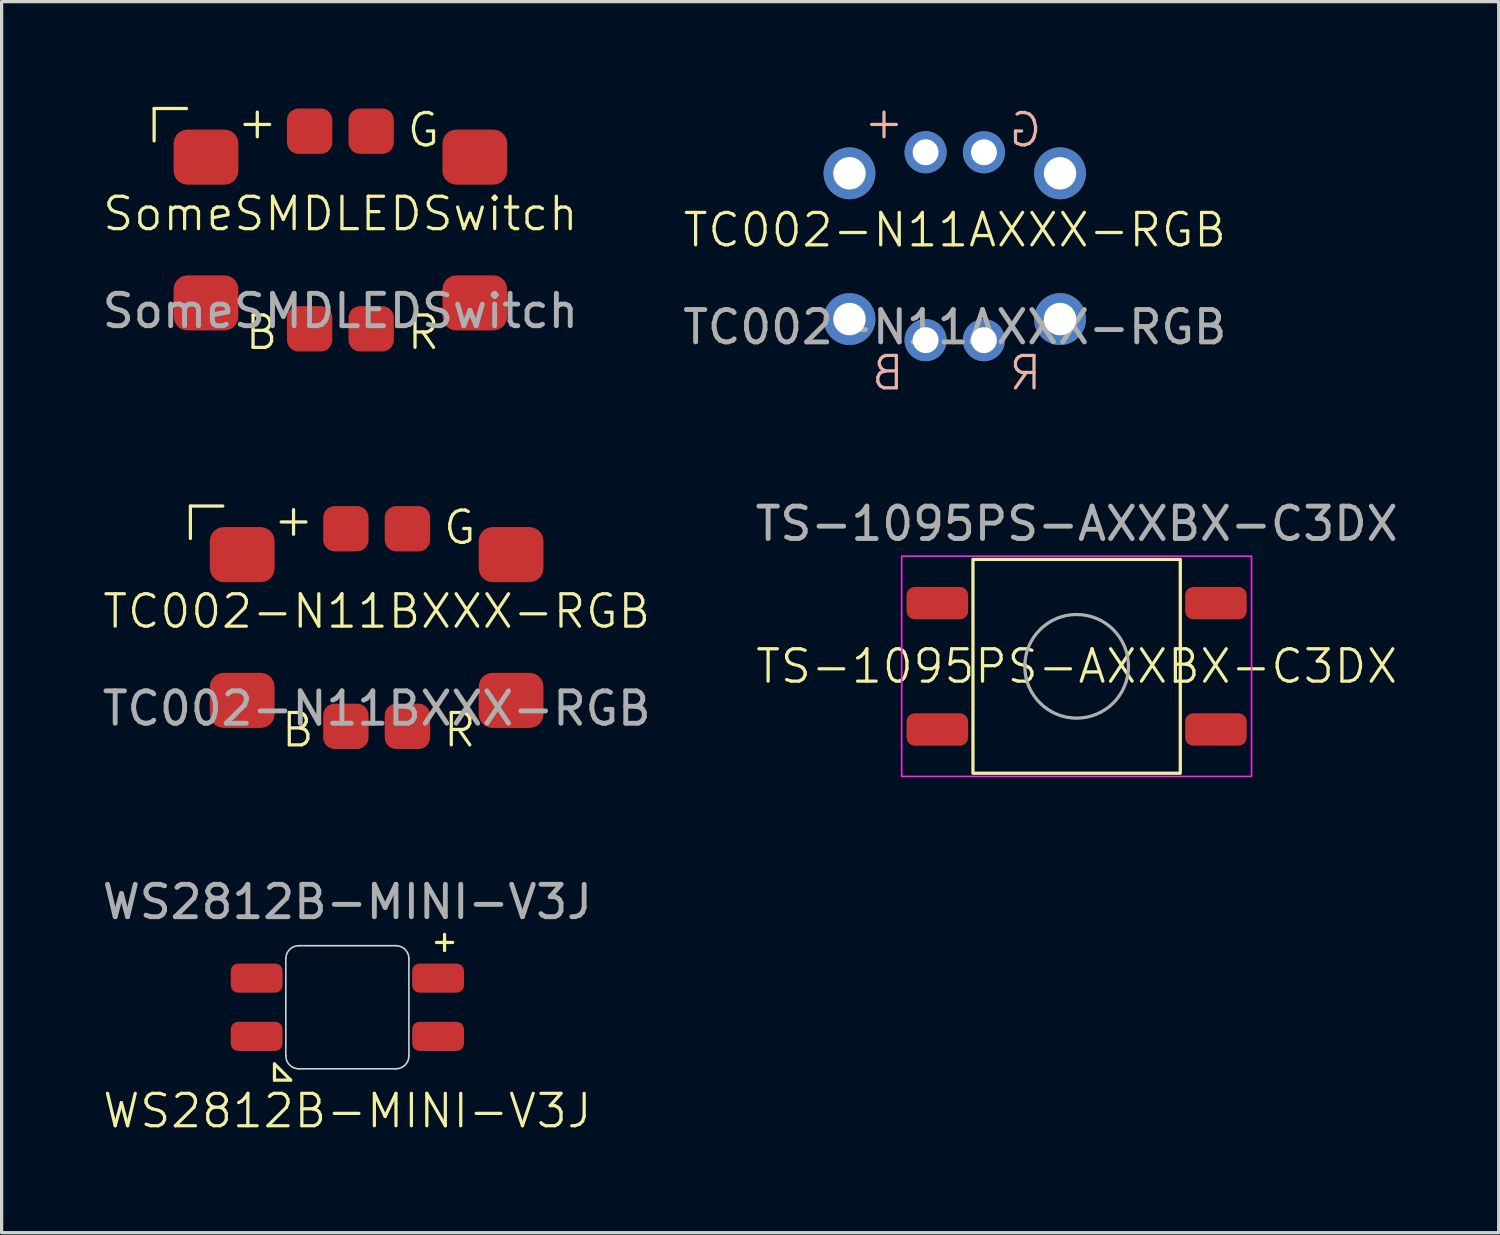
<source format=kicad_pcb>
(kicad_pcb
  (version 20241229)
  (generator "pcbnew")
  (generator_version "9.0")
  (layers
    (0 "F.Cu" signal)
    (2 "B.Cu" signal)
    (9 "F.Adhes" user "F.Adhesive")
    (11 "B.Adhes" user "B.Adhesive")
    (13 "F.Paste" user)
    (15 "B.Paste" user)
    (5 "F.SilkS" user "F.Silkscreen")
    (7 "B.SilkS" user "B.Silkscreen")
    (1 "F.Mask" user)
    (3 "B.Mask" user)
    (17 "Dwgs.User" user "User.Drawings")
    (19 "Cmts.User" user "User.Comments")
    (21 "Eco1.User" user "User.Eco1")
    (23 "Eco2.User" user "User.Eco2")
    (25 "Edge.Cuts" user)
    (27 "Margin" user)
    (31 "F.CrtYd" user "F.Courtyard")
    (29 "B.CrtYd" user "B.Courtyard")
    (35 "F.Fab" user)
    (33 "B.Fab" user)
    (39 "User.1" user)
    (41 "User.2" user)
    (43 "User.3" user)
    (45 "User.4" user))
  (footprint "SomeSMDLEDSwitch"
    (layer "F.Cu")
    (at 7.458 4.05)
    (property "Reference" "SomeSMDLEDSwitch" (at 0 -0.5 0) (unlocked yes) (layer "F.SilkS") (effects (font (size 1 1) (thickness 0.1))))
    (attr smd)
    (fp_line (start -5.75 -3.75) (end -5.75 -2.75) (stroke (width 0.1) (type default)) (layer "F.SilkS"))
    (fp_line (start -4.75 -3.75) (end -5.75 -3.75) (stroke (width 0.1) (type default)) (layer "F.SilkS"))
    (fp_text user "G" (at 2 -2.5 0) (unlocked yes) (layer "F.SilkS") (effects (font (size 1 1) (thickness 0.1)) (justify left bottom)))
    (fp_text user "B" (at -3 3.75 0) (unlocked yes) (layer "F.SilkS") (effects (font (size 1 1) (thickness 0.1)) (justify left bottom)))
    (fp_text user "+" (at -3.25 -2.75 0) (unlocked yes) (layer "F.SilkS") (effects (font (size 1 1) (thickness 0.1)) (justify left bottom)))
    (fp_text user "R" (at 2 3.75 0) (unlocked yes) (layer "F.SilkS") (effects (font (size 1 1) (thickness 0.1)) (justify left bottom)))
    (fp_text user "${REFERENCE}" (at 0 2.5 0) (unlocked yes) (layer "F.Fab") (effects (font (size 1 1) (thickness 0.15))))
    (pad "1" smd roundrect (at -4.15 -2.25) (size 2 1.7) (layers "F.Cu" "F.Mask" "F.Paste") (roundrect_rratio 0.25))
    (pad "1" smd roundrect (at 4.15 -2.25) (size 2 1.7) (layers "F.Cu" "F.Mask" "F.Paste") (roundrect_rratio 0.25))
    (pad "3" smd roundrect (at -4.15 2.25) (size 2 1.7) (layers "F.Cu" "F.Mask" "F.Paste") (roundrect_rratio 0.25))
    (pad "3" smd roundrect (at 4.15 2.25) (size 2 1.7) (layers "F.Cu" "F.Mask" "F.Paste") (roundrect_rratio 0.25))
    (pad "5" smd roundrect (at -0.95 -3.05) (size 1.4 1.4) (layers "F.Cu" "F.Mask" "F.Paste") (roundrect_rratio 0.25))
    (pad "6" smd roundrect (at 0.95 -3.05) (size 1.4 1.4) (layers "F.Cu" "F.Mask" "F.Paste") (roundrect_rratio 0.25))
    (pad "7" smd roundrect (at 0.95 3.05) (size 1.4 1.4) (layers "F.Cu" "F.Mask" "F.Paste") (roundrect_rratio 0.25))
    (pad "8" smd roundrect (at -0.95 3.05) (size 1.4 1.4) (layers "F.Cu" "F.Mask" "F.Paste") (roundrect_rratio 0.25)))
  (footprint "TC002-N11BXXX-RGB"
    (layer "F.Cu")
    (at 8.577 16.321)
    (property "Reference" "TC002-N11BXXX-RGB" (at 0 -0.5 0) (unlocked yes) (layer "F.SilkS") (effects (font (size 1 1) (thickness 0.1))))
    (attr smd)
    (fp_line (start -5.75 -3.75) (end -5.75 -2.75) (stroke (width 0.1) (type default)) (layer "F.SilkS"))
    (fp_line (start -4.75 -3.75) (end -5.75 -3.75) (stroke (width 0.1) (type default)) (layer "F.SilkS"))
    (fp_text user "B" (at -3 3.75 0) (unlocked yes) (layer "F.SilkS") (effects (font (size 1 1) (thickness 0.1)) (justify left bottom)))
    (fp_text user "+" (at -3.25 -2.75 0) (unlocked yes) (layer "F.SilkS") (effects (font (size 1 1) (thickness 0.1)) (justify left bottom)))
    (fp_text user "R" (at 2 3.75 0) (unlocked yes) (layer "F.SilkS") (effects (font (size 1 1) (thickness 0.1)) (justify left bottom)))
    (fp_text user "G" (at 2 -2.5 0) (unlocked yes) (layer "F.SilkS") (effects (font (size 1 1) (thickness 0.1)) (justify left bottom)))
    (fp_text user "${REFERENCE}" (at 0 2.5 0) (unlocked yes) (layer "F.Fab") (effects (font (size 1 1) (thickness 0.15))))
    (pad "1" smd roundrect (at -4.15 -2.25) (size 2 1.7) (layers "F.Cu" "F.Mask" "F.Paste") (roundrect_rratio 0.25))
    (pad "1" smd roundrect (at 4.15 -2.25) (size 2 1.7) (layers "F.Cu" "F.Mask" "F.Paste") (roundrect_rratio 0.25))
    (pad "3" smd roundrect (at -4.15 2.25) (size 2 1.7) (layers "F.Cu" "F.Mask" "F.Paste") (roundrect_rratio 0.25))
    (pad "3" smd roundrect (at 4.15 2.25) (size 2 1.7) (layers "F.Cu" "F.Mask" "F.Paste") (roundrect_rratio 0.25))
    (pad "5" smd roundrect (at -0.95 -3.05) (size 1.4 1.4) (layers "F.Cu" "F.Mask" "F.Paste") (roundrect_rratio 0.25))
    (pad "6" smd roundrect (at 0.95 -3.05) (size 1.4 1.4) (layers "F.Cu" "F.Mask" "F.Paste") (roundrect_rratio 0.25))
    (pad "7" smd roundrect (at 0.95 3.05) (size 1.4 1.4) (layers "F.Cu" "F.Mask" "F.Paste") (roundrect_rratio 0.25))
    (pad "8" smd roundrect (at -0.95 3.05) (size 1.4 1.4) (layers "F.Cu" "F.Mask" "F.Paste") (roundrect_rratio 0.25)))
  (footprint "WS2812B-MINI-V3J"
    (layer "F.Cu")
    (at 7.673 28.043)
    (property "Reference" "WS2812B-MINI-V3J" (at 0 3.2 0) (unlocked yes) (layer "F.SilkS") (effects (font (size 1 1) (thickness 0.1))))
    (attr smd)
    (fp_line (start -2.25 1.75) (end -2.25 2.25) (stroke (width 0.1) (type default)) (layer "F.SilkS"))
    (fp_line (start -2.25 2.25) (end -1.75 2.25) (stroke (width 0.1) (type default)) (layer "F.SilkS"))
    (fp_line (start -1.75 2.25) (end -2.25 1.75) (stroke (width 0.1) (type default)) (layer "F.SilkS"))
    (fp_line (start 2.75 -2) (end 3.25 -2) (stroke (width 0.1) (type default)) (layer "F.SilkS"))
    (fp_line (start 3 -2.25) (end 3 -1.75) (stroke (width 0.1) (type default)) (layer "F.SilkS"))
    (fp_line (start -1.9 1.5) (end -1.9 -1.5) (stroke (width 0.05) (type default)) (layer "Edge.Cuts"))
    (fp_line (start -1.5 -1.9) (end 1.5 -1.9) (stroke (width 0.05) (type default)) (layer "Edge.Cuts"))
    (fp_line (start -1.5 1.9) (end 1.5 1.9) (stroke (width 0.05) (type default)) (layer "Edge.Cuts"))
    (fp_line (start 1.9 1.5) (end 1.9 -1.5) (stroke (width 0.05) (type default)) (layer "Edge.Cuts"))
    (fp_arc (start -1.9 -1.5) (mid -1.782843 -1.782843) (end -1.5 -1.9) (stroke (width 0.05) (type default)) (layer "Edge.Cuts"))
    (fp_arc (start -1.5 1.9) (mid -1.782843 1.782843) (end -1.9 1.5) (stroke (width 0.05) (type default)) (layer "Edge.Cuts"))
    (fp_arc (start 1.5 -1.9) (mid 1.782843 -1.782843) (end 1.9 -1.5) (stroke (width 0.05) (type default)) (layer "Edge.Cuts"))
    (fp_arc (start 1.9 1.5) (mid 1.782843 1.782843) (end 1.5 1.9) (stroke (width 0.05) (type default)) (layer "Edge.Cuts"))
    (fp_text user "${REFERENCE}" (at 0 -3.25 0) (unlocked yes) (layer "F.Fab") (effects (font (size 1 1) (thickness 0.15))))
    (pad "1" smd roundrect (at 2.8 -0.9) (size 1.6 0.9) (layers "F.Cu" "F.Mask" "F.Paste") (roundrect_rratio 0.25))
    (pad "2" smd roundrect (at 2.8 0.9) (size 1.6 0.9) (layers "F.Cu" "F.Mask" "F.Paste") (roundrect_rratio 0.25))
    (pad "3" smd roundrect (at -2.8 0.9) (size 1.6 0.9) (layers "F.Cu" "F.Mask" "F.Paste") (roundrect_rratio 0.25))
    (pad "4" smd roundrect (at -2.8 -0.9) (size 1.6 0.9) (layers "F.Cu" "F.Mask" "F.Paste") (roundrect_rratio 0.25)))
  (footprint "TC002-N11AXXX-RGB"
    (layer "F.Cu")
    (at 26.423 4.55)
    (property "Reference" "TC002-N11AXXX-RGB" (at 0 -0.5 0) (unlocked yes) (layer "F.SilkS") (effects (font (size 1 1) (thickness 0.1))))
    (attr through_hole)
    (fp_text user "R" (at 2.75 4.5 0) (unlocked yes) (layer "B.SilkS") (effects (font (size 1 1) (thickness 0.1)) (justify left bottom mirror)))
    (fp_text user "G" (at 2.75 -3 0) (unlocked yes) (layer "B.SilkS") (effects (font (size 1 1) (thickness 0.1)) (justify left bottom mirror)))
    (fp_text user "+" (at -1.5 -3.25 0) (unlocked yes) (layer "B.SilkS") (effects (font (size 1 1) (thickness 0.1)) (justify left bottom mirror)))
    (fp_text user "B" (at -1.5 4.5 0) (unlocked yes) (layer "B.SilkS") (effects (font (size 1 1) (thickness 0.1)) (justify left bottom mirror)))
    (fp_text user "${REFERENCE}" (at 0 2.5 0) (unlocked yes) (layer "F.Fab") (effects (font (size 1 1) (thickness 0.15))))
    (pad "1" thru_hole circle (at -3.25 -2.25 90) (size 1.6 1.6) (drill 1) (layers "*.Cu" "*.Mask"))
    (pad "2" thru_hole circle (at 3.25 -2.25) (size 1.6 1.6) (drill 1) (layers "*.Cu" "*.Mask"))
    (pad "3" thru_hole circle (at -3.25 2.25) (size 1.6 1.6) (drill 1) (layers "*.Cu" "*.Mask"))
    (pad "4" thru_hole circle (at 3.25 2.25) (size 1.6 1.6) (drill 1) (layers "*.Cu" "*.Mask"))
    (pad "5" thru_hole circle (at -0.9 -2.9) (size 1.3 1.3) (drill 0.8) (layers "*.Cu" "*.Mask"))
    (pad "6" thru_hole circle (at 0.9 -2.9) (size 1.3 1.3) (drill 0.8) (layers "*.Cu" "*.Mask"))
    (pad "7" thru_hole circle (at 0.9 2.9) (size 1.3 1.3) (drill 0.8) (layers "*.Cu" "*.Mask"))
    (pad "8" thru_hole circle (at -0.9 2.9) (size 1.3 1.3) (drill 0.8) (layers "*.Cu" "*.Mask")))
  (footprint "TS-1095PS-AXXBX-C3DX"
    (layer "F.Cu")
    (at 30.185 17.519)
    (property "Reference" "TS-1095PS-AXXBX-C3DX" (at 0 0 0) (unlocked yes) (layer "F.SilkS") (effects (font (size 1 1) (thickness 0.1))))
    (attr smd)
    (fp_rect (start -3.2 -3.3) (end 3.2 3.3) (stroke (width 0.1) (type default)) (fill no) (layer "F.SilkS"))
    (fp_rect (start -5.4 -3.4) (end 5.4 3.4) (stroke (width 0.05) (type default)) (fill no) (layer "F.CrtYd"))
    (fp_circle (center 0 0) (end 1.6 0) (stroke (width 0.1) (type default)) (fill no) (layer "F.Fab"))
    (fp_text user "${REFERENCE}" (at 0 -4.4 0) (unlocked yes) (layer "F.Fab") (effects (font (size 1 1) (thickness 0.15))))
    (pad "1" smd roundrect (at -4.3 -1.95) (size 1.9 1) (layers "F.Cu" "F.Mask" "F.Paste") (roundrect_rratio 0.25))
    (pad "1" smd roundrect (at 4.3 -1.95) (size 1.9 1) (layers "F.Cu" "F.Mask" "F.Paste") (roundrect_rratio 0.25))
    (pad "2" smd roundrect (at -4.3 1.95) (size 1.9 1) (layers "F.Cu" "F.Mask" "F.Paste") (roundrect_rratio 0.25))
    (pad "2" smd roundrect (at 4.3 1.95) (size 1.9 1) (layers "F.Cu" "F.Mask" "F.Paste") (roundrect_rratio 0.25)))
  (gr_rect
    (start -3 -3)
    (end 43.214 35.003)
    (stroke (width 0.1) (type default))
    (fill no)
    (layer "Edge.Cuts")))
</source>
